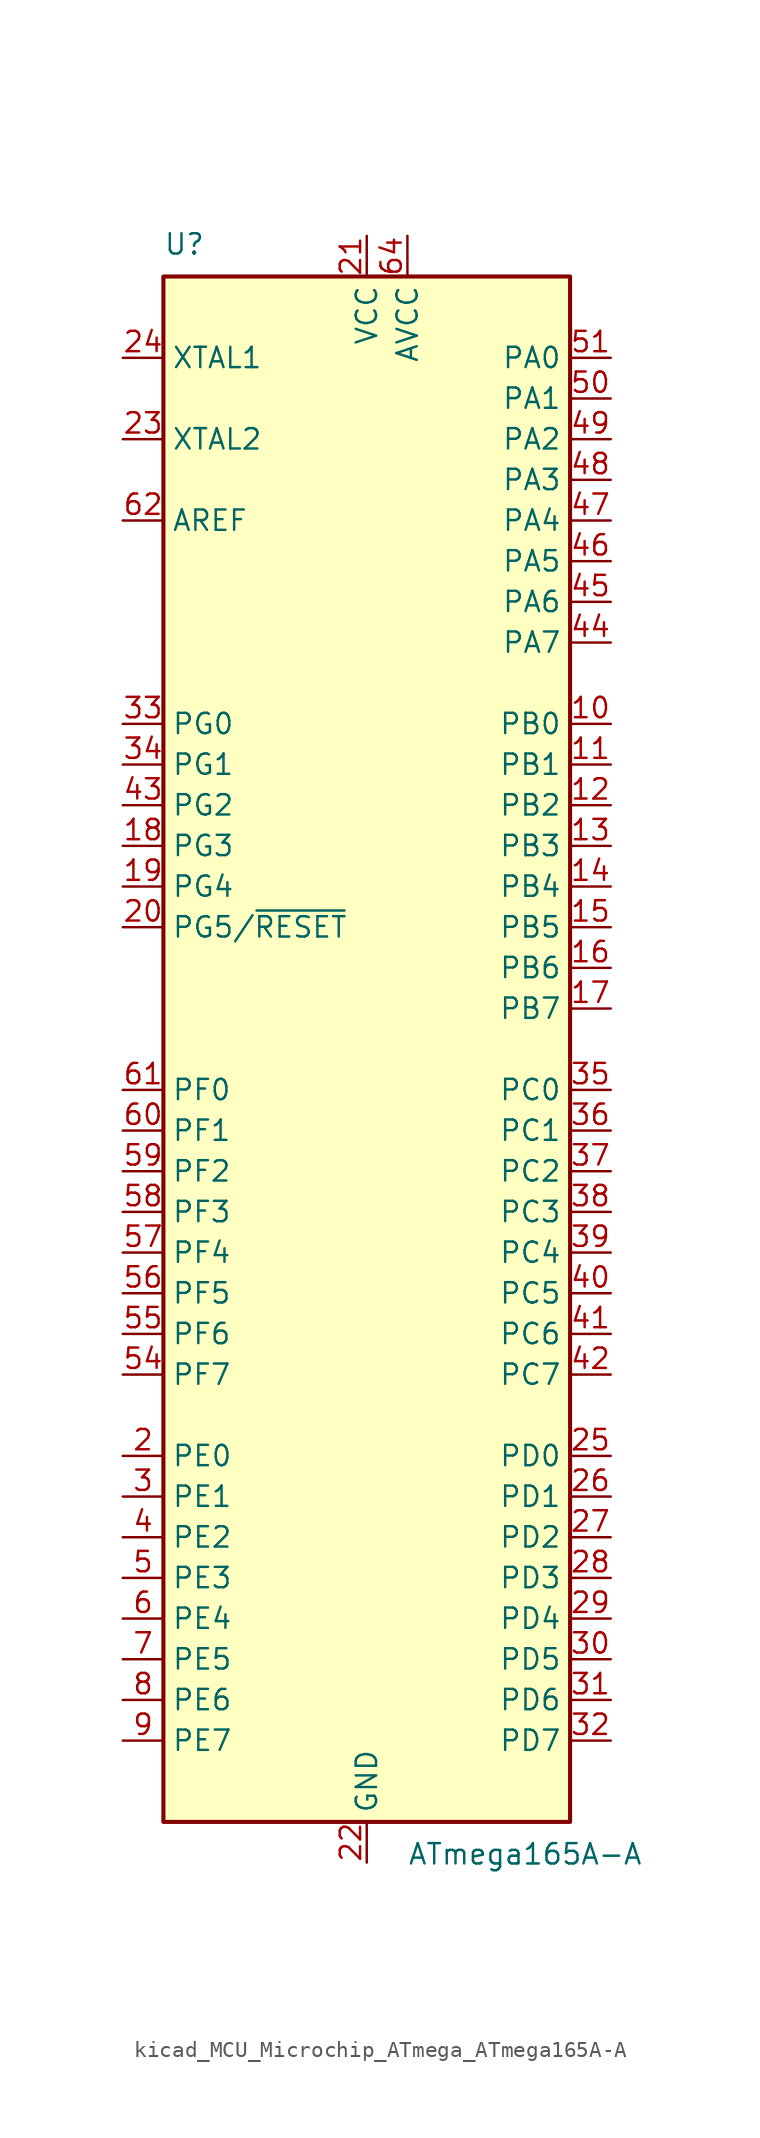
<source format=kicad_sym>
(kicad_symbol_lib
  (version 20220914)
  (generator kicad_symbol_editor)
  (symbol "kicad_MCU_Microchip_ATmega_ATmega165A-A"
    (property "Reference" "U"
      (at -12.7 49.53 0)
      (effects (font (size 1.27 1.27)) (justify left bottom)))
    (property "Value" "ATmega165A-A"
      (at 2.54 -49.53 0)
      (effects (font (size 1.27 1.27)) (justify left top)))
    (symbol "kicad_MCU_Microchip_ATmega_ATmega165A-A_0_1"
      (rectangle (start -12.7 -48.26) (end 12.7 48.26) (stroke (width 0.254) (type default)) (fill (type background))))
    (symbol "kicad_MCU_Microchip_ATmega_ATmega165A-A_1_1"
      (pin no_connect line (at -12.7 -45.72 0) (length 2.54) hide (name "NC" (effects (font (size 1.27 1.27)))) (number "1" (effects (font (size 1.27 1.27)))))
      (pin bidirectional line (at 15.24 20.32 180) (length 2.54) (name "PB0" (effects (font (size 1.27 1.27)))) (number "10" (effects (font (size 1.27 1.27)))))
      (pin bidirectional line (at 15.24 17.78 180) (length 2.54) (name "PB1" (effects (font (size 1.27 1.27)))) (number "11" (effects (font (size 1.27 1.27)))))
      (pin bidirectional line (at 15.24 15.24 180) (length 2.54) (name "PB2" (effects (font (size 1.27 1.27)))) (number "12" (effects (font (size 1.27 1.27)))))
      (pin bidirectional line (at 15.24 12.7 180) (length 2.54) (name "PB3" (effects (font (size 1.27 1.27)))) (number "13" (effects (font (size 1.27 1.27)))))
      (pin bidirectional line (at 15.24 10.16 180) (length 2.54) (name "PB4" (effects (font (size 1.27 1.27)))) (number "14" (effects (font (size 1.27 1.27)))))
      (pin bidirectional line (at 15.24 7.62 180) (length 2.54) (name "PB5" (effects (font (size 1.27 1.27)))) (number "15" (effects (font (size 1.27 1.27)))))
      (pin bidirectional line (at 15.24 5.08 180) (length 2.54) (name "PB6" (effects (font (size 1.27 1.27)))) (number "16" (effects (font (size 1.27 1.27)))))
      (pin bidirectional line (at 15.24 2.54 180) (length 2.54) (name "PB7" (effects (font (size 1.27 1.27)))) (number "17" (effects (font (size 1.27 1.27)))))
      (pin bidirectional line (at -15.24 12.7 0) (length 2.54) (name "PG3" (effects (font (size 1.27 1.27)))) (number "18" (effects (font (size 1.27 1.27)))))
      (pin bidirectional line (at -15.24 10.16 0) (length 2.54) (name "PG4" (effects (font (size 1.27 1.27)))) (number "19" (effects (font (size 1.27 1.27)))))
      (pin bidirectional line (at -15.24 -25.4 0) (length 2.54) (name "PE0" (effects (font (size 1.27 1.27)))) (number "2" (effects (font (size 1.27 1.27)))))
      (pin bidirectional line (at -15.24 7.62 0) (length 2.54) (name "PG5/~{RESET}" (effects (font (size 1.27 1.27)))) (number "20" (effects (font (size 1.27 1.27)))))
      (pin power_in line (at 0 50.8 270) (length 2.54) (name "VCC" (effects (font (size 1.27 1.27)))) (number "21" (effects (font (size 1.27 1.27)))))
      (pin power_in line (at 0 -50.8 90) (length 2.54) (name "GND" (effects (font (size 1.27 1.27)))) (number "22" (effects (font (size 1.27 1.27)))))
      (pin output line (at -15.24 38.1 0) (length 2.54) (name "XTAL2" (effects (font (size 1.27 1.27)))) (number "23" (effects (font (size 1.27 1.27)))))
      (pin input line (at -15.24 43.18 0) (length 2.54) (name "XTAL1" (effects (font (size 1.27 1.27)))) (number "24" (effects (font (size 1.27 1.27)))))
      (pin bidirectional line (at 15.24 -25.4 180) (length 2.54) (name "PD0" (effects (font (size 1.27 1.27)))) (number "25" (effects (font (size 1.27 1.27)))))
      (pin bidirectional line (at 15.24 -27.94 180) (length 2.54) (name "PD1" (effects (font (size 1.27 1.27)))) (number "26" (effects (font (size 1.27 1.27)))))
      (pin bidirectional line (at 15.24 -30.48 180) (length 2.54) (name "PD2" (effects (font (size 1.27 1.27)))) (number "27" (effects (font (size 1.27 1.27)))))
      (pin bidirectional line (at 15.24 -33.02 180) (length 2.54) (name "PD3" (effects (font (size 1.27 1.27)))) (number "28" (effects (font (size 1.27 1.27)))))
      (pin bidirectional line (at 15.24 -35.56 180) (length 2.54) (name "PD4" (effects (font (size 1.27 1.27)))) (number "29" (effects (font (size 1.27 1.27)))))
      (pin bidirectional line (at -15.24 -27.94 0) (length 2.54) (name "PE1" (effects (font (size 1.27 1.27)))) (number "3" (effects (font (size 1.27 1.27)))))
      (pin bidirectional line (at 15.24 -38.1 180) (length 2.54) (name "PD5" (effects (font (size 1.27 1.27)))) (number "30" (effects (font (size 1.27 1.27)))))
      (pin bidirectional line (at 15.24 -40.64 180) (length 2.54) (name "PD6" (effects (font (size 1.27 1.27)))) (number "31" (effects (font (size 1.27 1.27)))))
      (pin bidirectional line (at 15.24 -43.18 180) (length 2.54) (name "PD7" (effects (font (size 1.27 1.27)))) (number "32" (effects (font (size 1.27 1.27)))))
      (pin bidirectional line (at -15.24 20.32 0) (length 2.54) (name "PG0" (effects (font (size 1.27 1.27)))) (number "33" (effects (font (size 1.27 1.27)))))
      (pin bidirectional line (at -15.24 17.78 0) (length 2.54) (name "PG1" (effects (font (size 1.27 1.27)))) (number "34" (effects (font (size 1.27 1.27)))))
      (pin bidirectional line (at 15.24 -2.54 180) (length 2.54) (name "PC0" (effects (font (size 1.27 1.27)))) (number "35" (effects (font (size 1.27 1.27)))))
      (pin bidirectional line (at 15.24 -5.08 180) (length 2.54) (name "PC1" (effects (font (size 1.27 1.27)))) (number "36" (effects (font (size 1.27 1.27)))))
      (pin bidirectional line (at 15.24 -7.62 180) (length 2.54) (name "PC2" (effects (font (size 1.27 1.27)))) (number "37" (effects (font (size 1.27 1.27)))))
      (pin bidirectional line (at 15.24 -10.16 180) (length 2.54) (name "PC3" (effects (font (size 1.27 1.27)))) (number "38" (effects (font (size 1.27 1.27)))))
      (pin bidirectional line (at 15.24 -12.7 180) (length 2.54) (name "PC4" (effects (font (size 1.27 1.27)))) (number "39" (effects (font (size 1.27 1.27)))))
      (pin bidirectional line (at -15.24 -30.48 0) (length 2.54) (name "PE2" (effects (font (size 1.27 1.27)))) (number "4" (effects (font (size 1.27 1.27)))))
      (pin bidirectional line (at 15.24 -15.24 180) (length 2.54) (name "PC5" (effects (font (size 1.27 1.27)))) (number "40" (effects (font (size 1.27 1.27)))))
      (pin bidirectional line (at 15.24 -17.78 180) (length 2.54) (name "PC6" (effects (font (size 1.27 1.27)))) (number "41" (effects (font (size 1.27 1.27)))))
      (pin bidirectional line (at 15.24 -20.32 180) (length 2.54) (name "PC7" (effects (font (size 1.27 1.27)))) (number "42" (effects (font (size 1.27 1.27)))))
      (pin bidirectional line (at -15.24 15.24 0) (length 2.54) (name "PG2" (effects (font (size 1.27 1.27)))) (number "43" (effects (font (size 1.27 1.27)))))
      (pin bidirectional line (at 15.24 25.4 180) (length 2.54) (name "PA7" (effects (font (size 1.27 1.27)))) (number "44" (effects (font (size 1.27 1.27)))))
      (pin bidirectional line (at 15.24 27.94 180) (length 2.54) (name "PA6" (effects (font (size 1.27 1.27)))) (number "45" (effects (font (size 1.27 1.27)))))
      (pin bidirectional line (at 15.24 30.48 180) (length 2.54) (name "PA5" (effects (font (size 1.27 1.27)))) (number "46" (effects (font (size 1.27 1.27)))))
      (pin bidirectional line (at 15.24 33.02 180) (length 2.54) (name "PA4" (effects (font (size 1.27 1.27)))) (number "47" (effects (font (size 1.27 1.27)))))
      (pin bidirectional line (at 15.24 35.56 180) (length 2.54) (name "PA3" (effects (font (size 1.27 1.27)))) (number "48" (effects (font (size 1.27 1.27)))))
      (pin bidirectional line (at 15.24 38.1 180) (length 2.54) (name "PA2" (effects (font (size 1.27 1.27)))) (number "49" (effects (font (size 1.27 1.27)))))
      (pin bidirectional line (at -15.24 -33.02 0) (length 2.54) (name "PE3" (effects (font (size 1.27 1.27)))) (number "5" (effects (font (size 1.27 1.27)))))
      (pin bidirectional line (at 15.24 40.64 180) (length 2.54) (name "PA1" (effects (font (size 1.27 1.27)))) (number "50" (effects (font (size 1.27 1.27)))))
      (pin bidirectional line (at 15.24 43.18 180) (length 2.54) (name "PA0" (effects (font (size 1.27 1.27)))) (number "51" (effects (font (size 1.27 1.27)))))
      (pin passive line (at 0 50.8 270) (length 2.54) hide (name "VCC" (effects (font (size 1.27 1.27)))) (number "52" (effects (font (size 1.27 1.27)))))
      (pin passive line (at 0 -50.8 90) (length 2.54) hide (name "GND" (effects (font (size 1.27 1.27)))) (number "53" (effects (font (size 1.27 1.27)))))
      (pin bidirectional line (at -15.24 -20.32 0) (length 2.54) (name "PF7" (effects (font (size 1.27 1.27)))) (number "54" (effects (font (size 1.27 1.27)))))
      (pin bidirectional line (at -15.24 -17.78 0) (length 2.54) (name "PF6" (effects (font (size 1.27 1.27)))) (number "55" (effects (font (size 1.27 1.27)))))
      (pin bidirectional line (at -15.24 -15.24 0) (length 2.54) (name "PF5" (effects (font (size 1.27 1.27)))) (number "56" (effects (font (size 1.27 1.27)))))
      (pin bidirectional line (at -15.24 -12.7 0) (length 2.54) (name "PF4" (effects (font (size 1.27 1.27)))) (number "57" (effects (font (size 1.27 1.27)))))
      (pin bidirectional line (at -15.24 -10.16 0) (length 2.54) (name "PF3" (effects (font (size 1.27 1.27)))) (number "58" (effects (font (size 1.27 1.27)))))
      (pin bidirectional line (at -15.24 -7.62 0) (length 2.54) (name "PF2" (effects (font (size 1.27 1.27)))) (number "59" (effects (font (size 1.27 1.27)))))
      (pin bidirectional line (at -15.24 -35.56 0) (length 2.54) (name "PE4" (effects (font (size 1.27 1.27)))) (number "6" (effects (font (size 1.27 1.27)))))
      (pin bidirectional line (at -15.24 -5.08 0) (length 2.54) (name "PF1" (effects (font (size 1.27 1.27)))) (number "60" (effects (font (size 1.27 1.27)))))
      (pin bidirectional line (at -15.24 -2.54 0) (length 2.54) (name "PF0" (effects (font (size 1.27 1.27)))) (number "61" (effects (font (size 1.27 1.27)))))
      (pin passive line (at -15.24 33.02 0) (length 2.54) (name "AREF" (effects (font (size 1.27 1.27)))) (number "62" (effects (font (size 1.27 1.27)))))
      (pin passive line (at 0 -50.8 90) (length 2.54) hide (name "GND" (effects (font (size 1.27 1.27)))) (number "63" (effects (font (size 1.27 1.27)))))
      (pin power_in line (at 2.54 50.8 270) (length 2.54) (name "AVCC" (effects (font (size 1.27 1.27)))) (number "64" (effects (font (size 1.27 1.27)))))
      (pin bidirectional line (at -15.24 -38.1 0) (length 2.54) (name "PE5" (effects (font (size 1.27 1.27)))) (number "7" (effects (font (size 1.27 1.27)))))
      (pin bidirectional line (at -15.24 -40.64 0) (length 2.54) (name "PE6" (effects (font (size 1.27 1.27)))) (number "8" (effects (font (size 1.27 1.27)))))
      (pin bidirectional line (at -15.24 -43.18 0) (length 2.54) (name "PE7" (effects (font (size 1.27 1.27)))) (number "9" (effects (font (size 1.27 1.27))))))))
</source>
